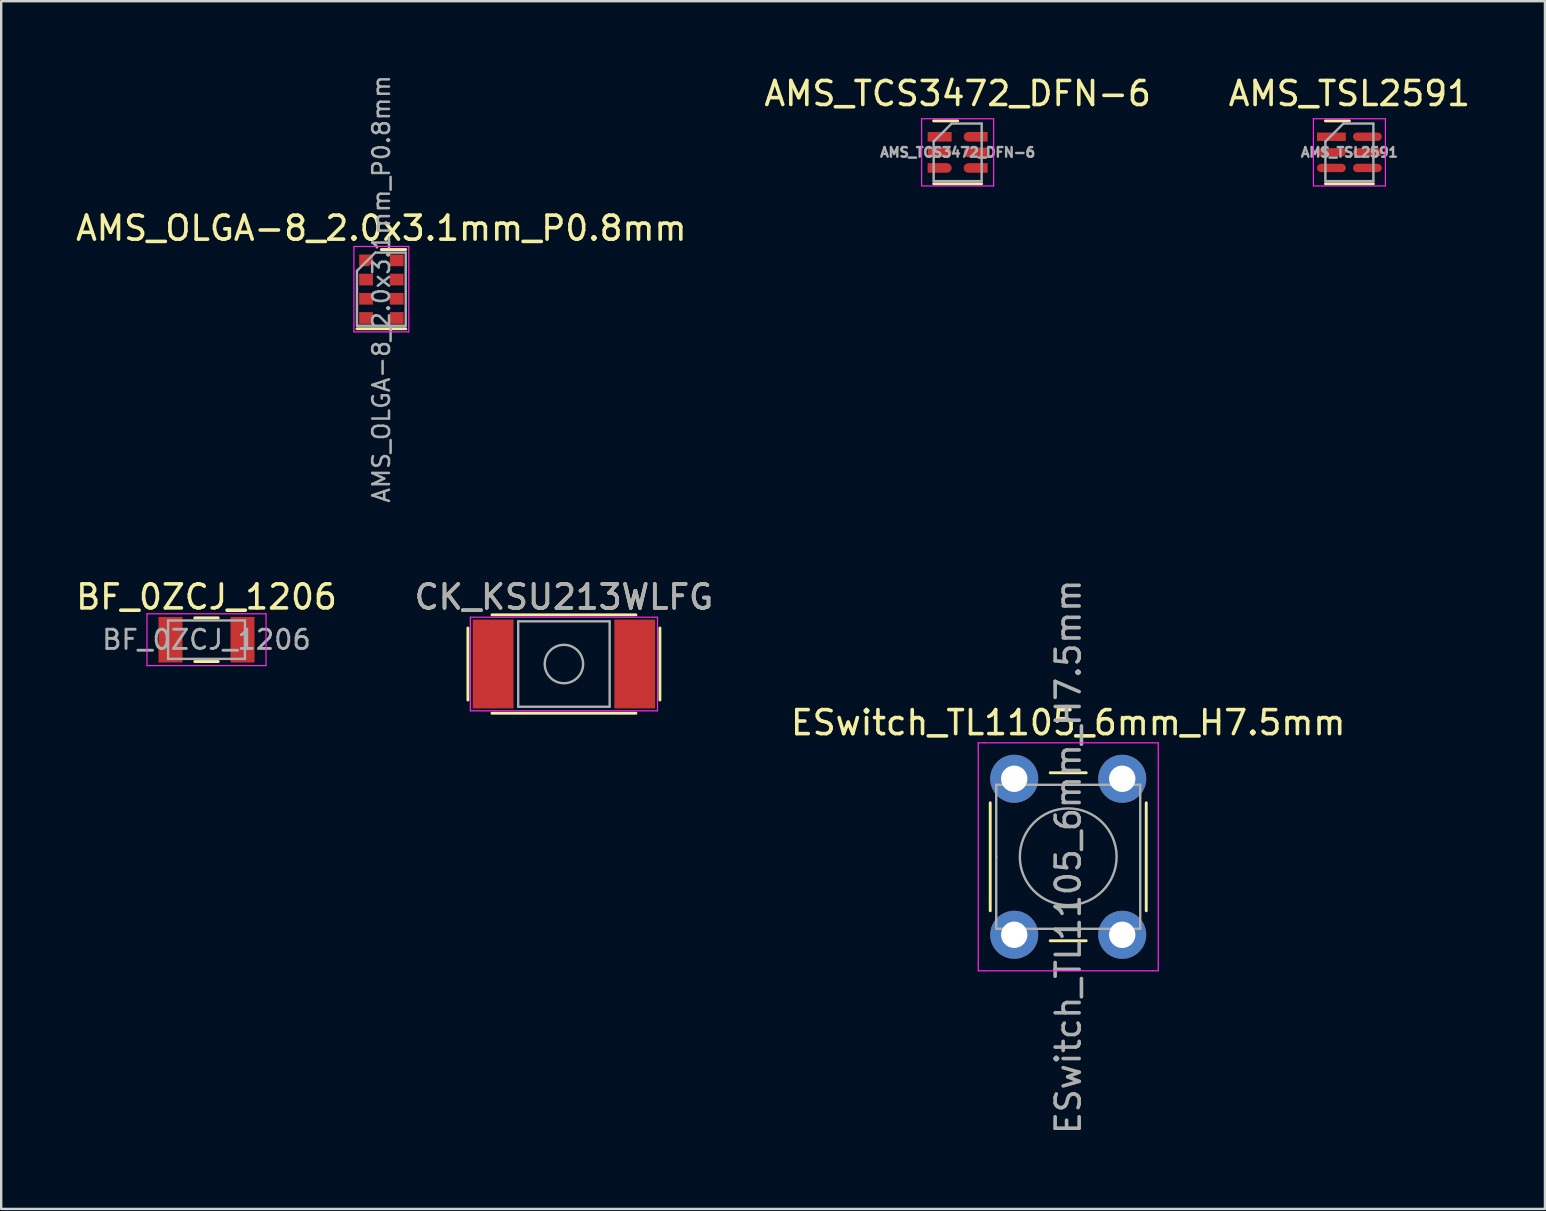
<source format=kicad_pcb>
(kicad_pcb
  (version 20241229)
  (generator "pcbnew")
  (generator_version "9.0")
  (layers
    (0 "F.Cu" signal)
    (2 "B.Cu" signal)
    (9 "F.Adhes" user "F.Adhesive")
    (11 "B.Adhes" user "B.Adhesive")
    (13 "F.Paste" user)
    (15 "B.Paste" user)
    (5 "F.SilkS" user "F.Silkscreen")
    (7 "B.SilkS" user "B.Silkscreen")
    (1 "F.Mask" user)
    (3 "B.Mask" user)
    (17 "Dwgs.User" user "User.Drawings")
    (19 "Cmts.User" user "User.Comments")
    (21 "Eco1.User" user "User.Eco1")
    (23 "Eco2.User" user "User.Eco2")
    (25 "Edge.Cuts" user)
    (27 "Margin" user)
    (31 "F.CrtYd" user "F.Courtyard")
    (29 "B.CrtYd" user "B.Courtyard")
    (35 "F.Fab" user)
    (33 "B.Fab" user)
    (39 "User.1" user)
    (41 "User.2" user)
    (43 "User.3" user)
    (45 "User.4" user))
  (footprint "AMS_OLGA-8_2.0x3.1mm_P0.8mm"
    (layer "F.Cu")
    (at 12.839 8.998)
    (property "Reference" "AMS_OLGA-8_2.0x3.1mm_P0.8mm" (at 0 -2.54 0) (layer "F.SilkS") (effects (font (size 1 1) (thickness 0.15))))
    (attr smd)
    (fp_line (start 0 -1.651) (end 1.016 -1.651) (stroke (width 0.12) (type solid)) (layer "F.SilkS"))
    (fp_line (start 1.016 1.651) (end -1.016 1.651) (stroke (width 0.12) (type solid)) (layer "F.SilkS"))
    (fp_line (start -1.143 -1.778) (end -1.143 1.778) (stroke (width 0.05) (type solid)) (layer "F.CrtYd"))
    (fp_line (start -1.143 -1.778) (end 1.143 -1.778) (stroke (width 0.05) (type solid)) (layer "F.CrtYd"))
    (fp_line (start 1.143 1.778) (end -1.143 1.778) (stroke (width 0.05) (type solid)) (layer "F.CrtYd"))
    (fp_line (start 1.143 1.778) (end 1.143 -1.778) (stroke (width 0.05) (type solid)) (layer "F.CrtYd"))
    (fp_line (start -1.016 -0.762) (end -0.254 -1.524) (stroke (width 0.1) (type solid)) (layer "F.Fab"))
    (fp_line (start -1.016 1.524) (end -1.016 -0.762) (stroke (width 0.1) (type solid)) (layer "F.Fab"))
    (fp_line (start -1.016 1.524) (end 1.016 1.524) (stroke (width 0.1) (type solid)) (layer "F.Fab"))
    (fp_line (start -0.254 -1.524) (end 1.016 -1.524) (stroke (width 0.1) (type solid)) (layer "F.Fab"))
    (fp_line (start 1.016 1.524) (end 1.016 -1.524) (stroke (width 0.1) (type solid)) (layer "F.Fab"))
    (fp_text user "${REFERENCE}" (at 0 -0.01 90) (layer "F.Fab") (effects (font (size 0.7 0.7) (thickness 0.105))))
    (pad "1" smd custom (at -0.638 -1.2) (size 0.4 0.4) (layers "F.Cu" "F.Mask" "F.Paste") (options (anchor circle)) (primitives (gr_poly (pts (xy -0.287 -0.244) (xy 0.287 -0.244) (xy 0.287 0.067) (xy 0.111 0.244) (xy -0.287 0.244)) (width 0) (fill yes))))
    (pad "2" smd rect (at -0.638 -0.4) (size 0.575 0.488) (layers "F.Cu" "F.Mask" "F.Paste"))
    (pad "3" smd rect (at -0.638 0.4) (size 0.575 0.488) (layers "F.Cu" "F.Mask" "F.Paste"))
    (pad "4" smd rect (at -0.638 1.2) (size 0.575 0.488) (layers "F.Cu" "F.Mask" "F.Paste"))
    (pad "5" smd rect (at 0.638 1.2) (size 0.575 0.488) (layers "F.Cu" "F.Mask" "F.Paste"))
    (pad "6" smd rect (at 0.638 0.4) (size 0.575 0.488) (layers "F.Cu" "F.Mask" "F.Paste"))
    (pad "7" smd rect (at 0.638 -0.4) (size 0.575 0.488) (layers "F.Cu" "F.Mask" "F.Paste"))
    (pad "8" smd rect (at 0.638 -1.2) (size 0.575 0.488) (layers "F.Cu" "F.Mask" "F.Paste")))
  (footprint "CK_KSU213WLFG"
    (layer "F.Cu")
    (at 20.446 24.617)
    (property "Reference" "CK_KSU213WLFG" (at 0 -2.794 0) (layer "F.SilkS") (effects (font (size 1 1) (thickness 0.15))))
    (attr smd)
    (fp_line (start -4 -1.5) (end -4 1.5) (stroke (width 0.12) (type solid)) (layer "F.SilkS"))
    (fp_line (start -3 2.05) (end 3 2.05) (stroke (width 0.12) (type solid)) (layer "F.SilkS"))
    (fp_line (start 3 -2.05) (end -3 -2.05) (stroke (width 0.12) (type solid)) (layer "F.SilkS"))
    (fp_line (start 4 -1.5) (end 4 1.5) (stroke (width 0.12) (type solid)) (layer "F.SilkS"))
    (fp_line (start -3.9 -1.95) (end 3.9 -1.95) (stroke (width 0.05) (type solid)) (layer "F.CrtYd"))
    (fp_line (start -3.9 1.95) (end -3.9 -1.95) (stroke (width 0.05) (type solid)) (layer "F.CrtYd"))
    (fp_line (start 3.9 -1.95) (end 3.9 1.95) (stroke (width 0.05) (type solid)) (layer "F.CrtYd"))
    (fp_line (start 3.9 1.95) (end -3.9 1.95) (stroke (width 0.05) (type solid)) (layer "F.CrtYd"))
    (fp_line (start -1.905 -1.778) (end 1.905 -1.778) (stroke (width 0.1) (type solid)) (layer "F.Fab"))
    (fp_line (start -1.905 1.778) (end -1.905 -1.778) (stroke (width 0.1) (type solid)) (layer "F.Fab"))
    (fp_line (start 1.905 -1.778) (end 1.905 1.778) (stroke (width 0.1) (type solid)) (layer "F.Fab"))
    (fp_line (start 1.905 1.778) (end -1.905 1.778) (stroke (width 0.1) (type solid)) (layer "F.Fab"))
    (fp_circle (center 0 0) (end 0 0.8) (stroke (width 0.1) (type solid)) (fill no) (layer "F.Fab"))
    (fp_text user "${REFERENCE}" (at 0 -2.794 0) (layer "F.Fab") (effects (font (size 1 1) (thickness 0.15))))
    (pad "1" smd rect (at 2.95 0) (size 1.7 3.7) (layers "F.Cu" "F.Mask" "F.Paste"))
    (pad "2" smd rect (at -2.95 0) (size 1.7 3.7) (layers "F.Cu" "F.Mask" "F.Paste")))
  (footprint "AMS_TCS3472_DFN-6"
    (layer "F.Cu")
    (at 36.851 3.298)
    (property "Reference" "AMS_TCS3472_DFN-6" (at 0 -2.45 0) (layer "F.SilkS") (effects (font (size 1 1) (thickness 0.15))))
    (attr smd)
    (fp_line (start -1 -1.31) (end 0 -1.31) (stroke (width 0.12) (type solid)) (layer "F.SilkS"))
    (fp_line (start -1 1.31) (end 1 1.31) (stroke (width 0.12) (type solid)) (layer "F.SilkS"))
    (fp_line (start -1.5 -1.4) (end -1.5 1.4) (stroke (width 0.05) (type solid)) (layer "F.CrtYd"))
    (fp_line (start -1.5 1.4) (end 1.5 1.4) (stroke (width 0.05) (type solid)) (layer "F.CrtYd"))
    (fp_line (start 1.5 -1.4) (end -1.5 -1.4) (stroke (width 0.05) (type solid)) (layer "F.CrtYd"))
    (fp_line (start 1.5 1.4) (end 1.5 -1.4) (stroke (width 0.05) (type solid)) (layer "F.CrtYd"))
    (fp_line (start -1 -0.45) (end -0.25 -1.2) (stroke (width 0.1) (type solid)) (layer "F.Fab"))
    (fp_line (start -1 1.2) (end -1 -0.45) (stroke (width 0.1) (type solid)) (layer "F.Fab"))
    (fp_line (start -0.25 -1.2) (end 1 -1.2) (stroke (width 0.1) (type solid)) (layer "F.Fab"))
    (fp_line (start 1 -1.2) (end 1 1.2) (stroke (width 0.1) (type solid)) (layer "F.Fab"))
    (fp_line (start 1 1.2) (end -1 1.2) (stroke (width 0.1) (type solid)) (layer "F.Fab"))
    (fp_text user "${REFERENCE}" (at 0 0 0) (layer "F.Fab") (effects (font (size 0.4 0.4) (thickness 0.1))))
    (pad "1" smd rect (at -0.75 -0.65) (size 1 0.4) (layers "F.Cu" "F.Mask" "F.Paste"))
    (pad "2" smd custom (at -0.75 0) (size 0.4 0.4) (layers "F.Cu" "F.Mask" "F.Paste") (options (anchor rect)) (primitives (gr_circle (center 0.3 0) (end 0.5 0) (width 0) (fill yes)) (gr_poly (pts (xy 0.3 -0.2) (xy -0.5 -0.2) (xy -0.5 0.2) (xy 0.3 0.2)) (width 0) (fill yes))))
    (pad "3" smd custom (at -0.75 0.65) (size 0.4 0.4) (layers "F.Cu" "F.Mask" "F.Paste") (options (anchor rect)) (primitives (gr_circle (center 0.3 0) (end 0.5 0) (width 0) (fill yes)) (gr_poly (pts (xy 0.3 -0.2) (xy -0.5 -0.2) (xy -0.5 0.2) (xy 0.3 0.2)) (width 0) (fill yes))))
    (pad "4" smd custom (at 0.75 0.65 180) (size 0.4 0.4) (layers "F.Cu" "F.Mask" "F.Paste") (options (anchor rect)) (primitives (gr_circle (center 0.3 0) (end 0.5 0) (width 0) (fill yes)) (gr_poly (pts (xy 0.3 -0.2) (xy -0.5 -0.2) (xy -0.5 0.2) (xy 0.3 0.2)) (width 0) (fill yes))))
    (pad "5" smd custom (at 0.75 0 180) (size 0.4 0.4) (layers "F.Cu" "F.Mask" "F.Paste") (options (anchor rect)) (primitives (gr_circle (center 0.3 0) (end 0.5 0) (width 0) (fill yes)) (gr_poly (pts (xy 0.3 -0.2) (xy -0.5 -0.2) (xy -0.5 0.2) (xy 0.3 0.2)) (width 0) (fill yes))))
    (pad "6" smd custom (at 0.75 -0.65 180) (size 0.4 0.4) (layers "F.Cu" "F.Mask" "F.Paste") (options (anchor rect)) (primitives (gr_circle (center 0.3 0) (end 0.5 0) (width 0) (fill yes)) (gr_poly (pts (xy 0.3 -0.2) (xy -0.5 -0.2) (xy -0.5 0.2) (xy 0.3 0.2)) (width 0) (fill yes)))))
  (footprint "ESwitch_TL1105_6mm_H7.5mm"
    (layer "F.Cu")
    (at 41.458 32.648)
    (property "Reference" "ESwitch_TL1105_6mm_H7.5mm" (at 0 -5.588 0) (layer "F.SilkS") (effects (font (size 1 1) (thickness 0.15))))
    (attr through_hole)
    (fp_line (start -3.25 -2.25) (end -3.25 2.25) (stroke (width 0.12) (type solid)) (layer "F.SilkS"))
    (fp_line (start -0.75 3.5) (end 0.75 3.5) (stroke (width 0.12) (type solid)) (layer "F.SilkS"))
    (fp_line (start 0.75 -3.5) (end -0.75 -3.5) (stroke (width 0.12) (type solid)) (layer "F.SilkS"))
    (fp_line (start 3.25 2.25) (end 3.25 -2.25) (stroke (width 0.12) (type solid)) (layer "F.SilkS"))
    (fp_line (start -3.75 -4.75) (end -3.5 -4.75) (stroke (width 0.05) (type solid)) (layer "F.CrtYd"))
    (fp_line (start -3.75 -4.5) (end -3.75 -4.75) (stroke (width 0.05) (type solid)) (layer "F.CrtYd"))
    (fp_line (start -3.75 4.5) (end -3.75 -4.5) (stroke (width 0.05) (type solid)) (layer "F.CrtYd"))
    (fp_line (start -3.75 4.75) (end -3.75 4.5) (stroke (width 0.05) (type solid)) (layer "F.CrtYd"))
    (fp_line (start -3.5 -4.75) (end 3.5 -4.75) (stroke (width 0.05) (type solid)) (layer "F.CrtYd"))
    (fp_line (start -3.5 4.75) (end -3.75 4.75) (stroke (width 0.05) (type solid)) (layer "F.CrtYd"))
    (fp_line (start 3.5 4.75) (end -3.5 4.75) (stroke (width 0.05) (type solid)) (layer "F.CrtYd"))
    (fp_line (start 3.5 4.75) (end 3.75 4.75) (stroke (width 0.05) (type solid)) (layer "F.CrtYd"))
    (fp_line (start 3.75 -4.75) (end 3.5 -4.75) (stroke (width 0.05) (type solid)) (layer "F.CrtYd"))
    (fp_line (start 3.75 -4.5) (end 3.75 -4.75) (stroke (width 0.05) (type solid)) (layer "F.CrtYd"))
    (fp_line (start 3.75 -4.5) (end 3.75 4.5) (stroke (width 0.05) (type solid)) (layer "F.CrtYd"))
    (fp_line (start 3.75 4.75) (end 3.75 4.5) (stroke (width 0.05) (type solid)) (layer "F.CrtYd"))
    (fp_line (start -3 -3) (end 3 -3) (stroke (width 0.1) (type solid)) (layer "F.Fab"))
    (fp_line (start -3 0) (end -3 -3) (stroke (width 0.1) (type solid)) (layer "F.Fab"))
    (fp_line (start -3 3) (end -3 0) (stroke (width 0.1) (type solid)) (layer "F.Fab"))
    (fp_line (start 3 -3) (end 3 3) (stroke (width 0.1) (type solid)) (layer "F.Fab"))
    (fp_line (start 3 3) (end -3 3) (stroke (width 0.1) (type solid)) (layer "F.Fab"))
    (fp_circle (center 0 0) (end 0.25 2) (stroke (width 0.1) (type solid)) (fill no) (layer "F.Fab"))
    (fp_text user "${REFERENCE}" (at 0 0 90) (layer "F.Fab") (effects (font (size 1 1) (thickness 0.15))))
    (pad "1" thru_hole circle (at -2.25 -3.25 180) (size 2 2) (drill 1.1) (layers "*.Cu" "*.Mask"))
    (pad "1" thru_hole circle (at -2.25 3.25 180) (size 2 2) (drill 1.1) (layers "*.Cu" "*.Mask"))
    (pad "2" thru_hole circle (at 2.25 -3.25 180) (size 2 2) (drill 1.1) (layers "*.Cu" "*.Mask"))
    (pad "2" thru_hole circle (at 2.25 3.25 180) (size 2 2) (drill 1.1) (layers "*.Cu" "*.Mask")))
  (footprint "AMS_TSL2591"
    (layer "F.Cu")
    (at 53.173 3.298)
    (property "Reference" "AMS_TSL2591" (at 0 -2.45 0) (layer "F.SilkS") (effects (font (size 1 1) (thickness 0.15))))
    (attr smd)
    (fp_line (start -1 -1.31) (end 0 -1.31) (stroke (width 0.12) (type solid)) (layer "F.SilkS"))
    (fp_line (start -1 1.31) (end 1 1.31) (stroke (width 0.12) (type solid)) (layer "F.SilkS"))
    (fp_line (start -1.5 -1.4) (end -1.5 1.4) (stroke (width 0.05) (type solid)) (layer "F.CrtYd"))
    (fp_line (start -1.5 1.4) (end 1.5 1.4) (stroke (width 0.05) (type solid)) (layer "F.CrtYd"))
    (fp_line (start 1.5 -1.4) (end -1.5 -1.4) (stroke (width 0.05) (type solid)) (layer "F.CrtYd"))
    (fp_line (start 1.5 1.4) (end 1.5 -1.4) (stroke (width 0.05) (type solid)) (layer "F.CrtYd"))
    (fp_line (start -1 -0.45) (end -0.25 -1.2) (stroke (width 0.1) (type solid)) (layer "F.Fab"))
    (fp_line (start -1 1.2) (end -1 -0.45) (stroke (width 0.1) (type solid)) (layer "F.Fab"))
    (fp_line (start -0.25 -1.2) (end 1 -1.2) (stroke (width 0.1) (type solid)) (layer "F.Fab"))
    (fp_line (start 1 -1.2) (end 1 1.2) (stroke (width 0.1) (type solid)) (layer "F.Fab"))
    (fp_line (start 1 1.2) (end -1 1.2) (stroke (width 0.1) (type solid)) (layer "F.Fab"))
    (fp_text user "${REFERENCE}" (at 0 0 0) (layer "F.Fab") (effects (font (size 0.4 0.4) (thickness 0.1))))
    (pad "1" smd rect (at -0.75 -0.65) (size 1.2 0.35) (layers "F.Cu" "F.Mask" "F.Paste"))
    (pad "2" smd oval (at -0.75 0) (size 1.2 0.35) (layers "F.Cu" "F.Mask" "F.Paste"))
    (pad "3" smd oval (at -0.75 0.65) (size 1.2 0.35) (layers "F.Cu" "F.Mask" "F.Paste"))
    (pad "4" smd oval (at 0.75 0.65) (size 1.2 0.35) (layers "F.Cu" "F.Mask" "F.Paste"))
    (pad "5" smd oval (at 0.75 0) (size 1.2 0.35) (layers "F.Cu" "F.Mask" "F.Paste"))
    (pad "6" smd oval (at 0.75 -0.65) (size 1.2 0.35) (layers "F.Cu" "F.Mask" "F.Paste")))
  (footprint "BF_0ZCJ_1206"
    (layer "F.Cu")
    (at 5.554 23.603)
    (property "Reference" "BF_0ZCJ_1206" (at 0 -1.78 0) (layer "F.SilkS") (effects (font (size 1 1) (thickness 0.15))))
    (attr smd)
    (fp_line (start -0.49 -0.91) (end 0.49 -0.91) (stroke (width 0.12) (type solid)) (layer "F.SilkS"))
    (fp_line (start -0.49 0.91) (end 0.49 0.91) (stroke (width 0.12) (type solid)) (layer "F.SilkS"))
    (fp_line (start -2.48 -1.08) (end 2.48 -1.08) (stroke (width 0.05) (type solid)) (layer "F.CrtYd"))
    (fp_line (start -2.48 1.08) (end -2.48 -1.08) (stroke (width 0.05) (type solid)) (layer "F.CrtYd"))
    (fp_line (start 2.48 -1.08) (end 2.48 1.08) (stroke (width 0.05) (type solid)) (layer "F.CrtYd"))
    (fp_line (start 2.48 1.08) (end -2.48 1.08) (stroke (width 0.05) (type solid)) (layer "F.CrtYd"))
    (fp_line (start -1.6 -0.8) (end 1.6 -0.8) (stroke (width 0.1) (type solid)) (layer "F.Fab"))
    (fp_line (start -1.6 0.8) (end -1.6 -0.8) (stroke (width 0.1) (type solid)) (layer "F.Fab"))
    (fp_line (start 1.6 -0.8) (end 1.6 0.8) (stroke (width 0.1) (type solid)) (layer "F.Fab"))
    (fp_line (start 1.6 0.8) (end -1.6 0.8) (stroke (width 0.1) (type solid)) (layer "F.Fab"))
    (fp_text user "${REFERENCE}" (at 0 0 0) (layer "F.Fab") (effects (font (size 0.8 0.8) (thickness 0.12))))
    (pad "1" smd rect (at -1.5 0) (size 1 1.9) (layers "F.Cu" "F.Mask" "F.Paste"))
    (pad "2" smd rect (at 1.5 0) (size 1 1.9) (layers "F.Cu" "F.Mask" "F.Paste")))
  (gr_rect
    (start -3 -3)
    (end 61.321 47.32)
    (stroke (width 0.1) (type default))
    (fill no)
    (layer "Edge.Cuts")))
</source>
